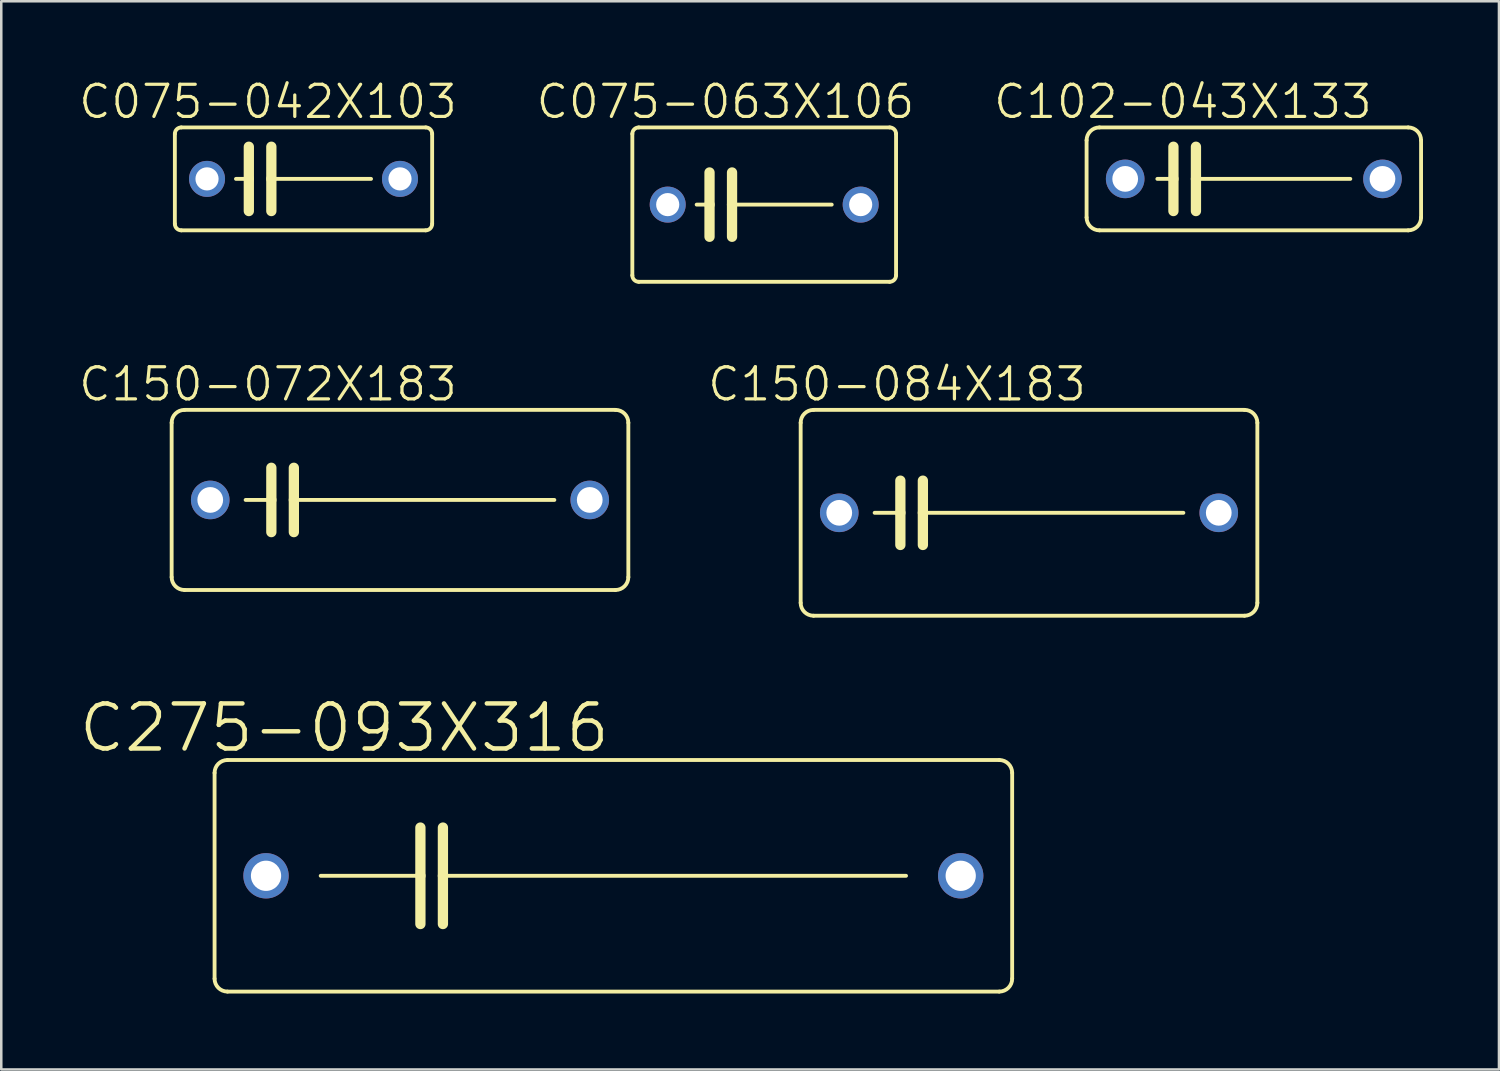
<source format=kicad_pcb>
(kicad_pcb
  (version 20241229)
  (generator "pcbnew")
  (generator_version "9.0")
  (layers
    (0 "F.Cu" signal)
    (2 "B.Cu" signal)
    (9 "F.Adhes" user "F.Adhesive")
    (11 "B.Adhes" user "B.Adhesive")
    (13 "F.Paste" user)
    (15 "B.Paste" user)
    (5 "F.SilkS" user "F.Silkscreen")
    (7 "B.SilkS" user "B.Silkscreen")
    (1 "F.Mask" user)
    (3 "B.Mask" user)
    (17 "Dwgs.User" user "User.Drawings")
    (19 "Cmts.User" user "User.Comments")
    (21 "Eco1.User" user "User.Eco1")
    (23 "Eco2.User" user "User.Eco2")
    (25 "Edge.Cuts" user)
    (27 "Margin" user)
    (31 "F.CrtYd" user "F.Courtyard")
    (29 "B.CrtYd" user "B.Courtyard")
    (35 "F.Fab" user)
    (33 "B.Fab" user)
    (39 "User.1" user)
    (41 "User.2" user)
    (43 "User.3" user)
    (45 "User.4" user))
  (footprint "C275-093X316"
    (layer "F.Cu")
    (at 21.171 31.534)
    (property "Reference" "C275-093X316" (at -10.626 -5.842 0) (layer "F.SilkS") (effects (font (size 1.778 1.778) (thickness 0.178))))
    (attr through_hole)
    (fp_line (start -15.748 4.064) (end -15.748 -4.064) (stroke (width 0.152) (type solid)) (layer "F.SilkS"))
    (fp_line (start -15.24 -4.572) (end 15.24 -4.572) (stroke (width 0.152) (type solid)) (layer "F.SilkS"))
    (fp_line (start -11.557 0) (end -7.62 0) (stroke (width 0.152) (type solid)) (layer "F.SilkS"))
    (fp_line (start -7.62 -1.905) (end -7.62 0) (stroke (width 0.406) (type solid)) (layer "F.SilkS"))
    (fp_line (start -7.62 0) (end -7.62 1.905) (stroke (width 0.406) (type solid)) (layer "F.SilkS"))
    (fp_line (start -6.731 -1.905) (end -6.731 0) (stroke (width 0.406) (type solid)) (layer "F.SilkS"))
    (fp_line (start -6.731 0) (end -6.731 1.905) (stroke (width 0.406) (type solid)) (layer "F.SilkS"))
    (fp_line (start -6.731 0) (end 11.557 0) (stroke (width 0.152) (type solid)) (layer "F.SilkS"))
    (fp_line (start 15.24 4.572) (end -15.24 4.572) (stroke (width 0.152) (type solid)) (layer "F.SilkS"))
    (fp_line (start 15.748 -4.064) (end 15.748 4.064) (stroke (width 0.152) (type solid)) (layer "F.SilkS"))
    (fp_arc (start -15.748 -4.064) (mid -15.59921 -4.42321) (end -15.24 -4.572) (stroke (width 0.1524) (type solid)) (layer "F.SilkS"))
    (fp_arc (start -15.24 4.572) (mid -15.59921 4.42321) (end -15.748 4.064) (stroke (width 0.1524) (type solid)) (layer "F.SilkS"))
    (fp_arc (start 15.24 -4.572) (mid 15.59921 -4.42321) (end 15.748 -4.064) (stroke (width 0.1524) (type solid)) (layer "F.SilkS"))
    (fp_arc (start 15.748 4.064) (mid 15.59921 4.42321) (end 15.24 4.572) (stroke (width 0.1524) (type solid)) (layer "F.SilkS"))
    (pad "1" thru_hole circle (at -13.716 0) (size 1.791 1.791) (drill 1.194) (layers "*.Cu" "*.Mask"))
    (pad "2" thru_hole circle (at 13.716 0) (size 1.791 1.791) (drill 1.194) (layers "*.Cu" "*.Mask")))
  (footprint "C075-042X103"
    (layer "F.Cu")
    (at 8.935 4.014)
    (property "Reference" "C075-042X103" (at -1.403 -3.048 0) (layer "F.SilkS") (effects (font (size 1.27 1.27) (thickness 0.127))))
    (attr through_hole)
    (fp_line (start -5.08 -1.778) (end -5.08 1.778) (stroke (width 0.152) (type solid)) (layer "F.SilkS"))
    (fp_line (start -4.826 2.032) (end 4.826 2.032) (stroke (width 0.152) (type solid)) (layer "F.SilkS"))
    (fp_line (start -2.667 0) (end -2.159 0) (stroke (width 0.152) (type solid)) (layer "F.SilkS"))
    (fp_line (start -2.159 -1.27) (end -2.159 0) (stroke (width 0.406) (type solid)) (layer "F.SilkS"))
    (fp_line (start -2.159 0) (end -2.159 1.27) (stroke (width 0.406) (type solid)) (layer "F.SilkS"))
    (fp_line (start -1.27 -1.27) (end -1.27 0) (stroke (width 0.406) (type solid)) (layer "F.SilkS"))
    (fp_line (start -1.27 0) (end -1.27 1.27) (stroke (width 0.406) (type solid)) (layer "F.SilkS"))
    (fp_line (start -1.27 0) (end 2.667 0) (stroke (width 0.152) (type solid)) (layer "F.SilkS"))
    (fp_line (start 4.826 -2.032) (end -4.826 -2.032) (stroke (width 0.152) (type solid)) (layer "F.SilkS"))
    (fp_line (start 5.08 1.778) (end 5.08 -1.778) (stroke (width 0.152) (type solid)) (layer "F.SilkS"))
    (fp_arc (start -5.08 -1.778) (mid -5.005605 -1.957605) (end -4.826 -2.032) (stroke (width 0.1524) (type solid)) (layer "F.SilkS"))
    (fp_arc (start -4.826 2.032) (mid -5.005605 1.957605) (end -5.08 1.778) (stroke (width 0.1524) (type solid)) (layer "F.SilkS"))
    (fp_arc (start 4.826 -2.032) (mid 5.005605 -1.957605) (end 5.08 -1.778) (stroke (width 0.1524) (type solid)) (layer "F.SilkS"))
    (fp_arc (start 5.08 1.778) (mid 5.005605 1.957605) (end 4.826 2.032) (stroke (width 0.1524) (type solid)) (layer "F.SilkS"))
    (pad "1" thru_hole circle (at -3.81 0) (size 1.422 1.422) (drill 0.914) (layers "*.Cu" "*.Mask"))
    (pad "2" thru_hole circle (at 3.81 0) (size 1.422 1.422) (drill 0.914) (layers "*.Cu" "*.Mask")))
  (footprint "C075-063X106"
    (layer "F.Cu")
    (at 27.127 5.03)
    (property "Reference" "C075-063X106" (at -1.53 -4.064 0) (layer "F.SilkS") (effects (font (size 1.27 1.27) (thickness 0.127))))
    (attr through_hole)
    (fp_line (start -5.207 -2.794) (end -5.207 2.794) (stroke (width 0.152) (type solid)) (layer "F.SilkS"))
    (fp_line (start -4.953 3.048) (end 4.953 3.048) (stroke (width 0.152) (type solid)) (layer "F.SilkS"))
    (fp_line (start -2.667 0) (end -2.159 0) (stroke (width 0.152) (type solid)) (layer "F.SilkS"))
    (fp_line (start -2.159 -1.27) (end -2.159 0) (stroke (width 0.406) (type solid)) (layer "F.SilkS"))
    (fp_line (start -2.159 0) (end -2.159 1.27) (stroke (width 0.406) (type solid)) (layer "F.SilkS"))
    (fp_line (start -1.27 -1.27) (end -1.27 0) (stroke (width 0.406) (type solid)) (layer "F.SilkS"))
    (fp_line (start -1.27 0) (end -1.27 1.27) (stroke (width 0.406) (type solid)) (layer "F.SilkS"))
    (fp_line (start -1.27 0) (end 2.667 0) (stroke (width 0.152) (type solid)) (layer "F.SilkS"))
    (fp_line (start 4.953 -3.048) (end -4.953 -3.048) (stroke (width 0.152) (type solid)) (layer "F.SilkS"))
    (fp_line (start 5.207 2.794) (end 5.207 -2.794) (stroke (width 0.152) (type solid)) (layer "F.SilkS"))
    (fp_arc (start -5.207 -2.794) (mid -5.132605 -2.973605) (end -4.953 -3.048) (stroke (width 0.1524) (type solid)) (layer "F.SilkS"))
    (fp_arc (start -4.953 3.048) (mid -5.132605 2.973605) (end -5.207 2.794) (stroke (width 0.1524) (type solid)) (layer "F.SilkS"))
    (fp_arc (start 4.953 -3.048) (mid 5.132605 -2.973605) (end 5.207 -2.794) (stroke (width 0.1524) (type solid)) (layer "F.SilkS"))
    (fp_arc (start 5.207 2.794) (mid 5.132605 2.973605) (end 4.953 3.048) (stroke (width 0.1524) (type solid)) (layer "F.SilkS"))
    (pad "1" thru_hole circle (at -3.81 0) (size 1.422 1.422) (drill 0.914) (layers "*.Cu" "*.Mask"))
    (pad "2" thru_hole circle (at 3.81 0) (size 1.422 1.422) (drill 0.914) (layers "*.Cu" "*.Mask")))
  (footprint "C150-072X183"
    (layer "F.Cu")
    (at 12.745 16.692)
    (property "Reference" "C150-072X183" (at -5.213 -4.572 0) (layer "F.SilkS") (effects (font (size 1.27 1.27) (thickness 0.127))))
    (attr through_hole)
    (fp_line (start -9.017 3.048) (end -9.017 -3.048) (stroke (width 0.152) (type solid)) (layer "F.SilkS"))
    (fp_line (start -8.509 -3.556) (end 8.509 -3.556) (stroke (width 0.152) (type solid)) (layer "F.SilkS"))
    (fp_line (start -5.08 -1.27) (end -5.08 0) (stroke (width 0.406) (type solid)) (layer "F.SilkS"))
    (fp_line (start -5.08 0) (end -6.096 0) (stroke (width 0.152) (type solid)) (layer "F.SilkS"))
    (fp_line (start -5.08 0) (end -5.08 1.27) (stroke (width 0.406) (type solid)) (layer "F.SilkS"))
    (fp_line (start -4.191 -1.27) (end -4.191 0) (stroke (width 0.406) (type solid)) (layer "F.SilkS"))
    (fp_line (start -4.191 0) (end -4.191 1.27) (stroke (width 0.406) (type solid)) (layer "F.SilkS"))
    (fp_line (start -4.191 0) (end 6.096 0) (stroke (width 0.152) (type solid)) (layer "F.SilkS"))
    (fp_line (start 8.509 3.556) (end -8.509 3.556) (stroke (width 0.152) (type solid)) (layer "F.SilkS"))
    (fp_line (start 9.017 -3.048) (end 9.017 3.048) (stroke (width 0.152) (type solid)) (layer "F.SilkS"))
    (fp_arc (start -9.017 -3.048) (mid -8.868211 -3.40721) (end -8.509001 -3.555999) (stroke (width 0.1524) (type solid)) (layer "F.SilkS"))
    (fp_arc (start -8.509001 3.555999) (mid -8.868211 3.40721) (end -9.017 3.048) (stroke (width 0.1524) (type solid)) (layer "F.SilkS"))
    (fp_arc (start 8.509 -3.556) (mid 8.868211 -3.407211) (end 9.017001 -3.048001) (stroke (width 0.1524) (type solid)) (layer "F.SilkS"))
    (fp_arc (start 9.017001 3.048001) (mid 8.868211 3.407211) (end 8.509 3.556) (stroke (width 0.1524) (type solid)) (layer "F.SilkS"))
    (pad "1" thru_hole circle (at -7.493 0) (size 1.524 1.524) (drill 1.016) (layers "*.Cu" "*.Mask"))
    (pad "2" thru_hole circle (at 7.493 0) (size 1.524 1.524) (drill 1.016) (layers "*.Cu" "*.Mask")))
  (footprint "C102-043X133"
    (layer "F.Cu")
    (at 46.462 4.014)
    (property "Reference" "C102-043X133" (at -2.8 -3.048 0) (layer "F.SilkS") (effects (font (size 1.27 1.27) (thickness 0.127))))
    (attr through_hole)
    (fp_line (start -6.604 1.524) (end -6.604 -1.524) (stroke (width 0.152) (type solid)) (layer "F.SilkS"))
    (fp_line (start -6.096 -2.032) (end 6.096 -2.032) (stroke (width 0.152) (type solid)) (layer "F.SilkS"))
    (fp_line (start -3.81 0) (end -3.175 0) (stroke (width 0.152) (type solid)) (layer "F.SilkS"))
    (fp_line (start -3.175 -1.27) (end -3.175 0) (stroke (width 0.406) (type solid)) (layer "F.SilkS"))
    (fp_line (start -3.175 0) (end -3.175 1.27) (stroke (width 0.406) (type solid)) (layer "F.SilkS"))
    (fp_line (start -2.286 -1.27) (end -2.286 0) (stroke (width 0.406) (type solid)) (layer "F.SilkS"))
    (fp_line (start -2.286 0) (end -2.286 1.27) (stroke (width 0.406) (type solid)) (layer "F.SilkS"))
    (fp_line (start 3.81 0) (end -2.286 0) (stroke (width 0.152) (type solid)) (layer "F.SilkS"))
    (fp_line (start 6.096 2.032) (end -6.096 2.032) (stroke (width 0.152) (type solid)) (layer "F.SilkS"))
    (fp_line (start 6.604 -1.524) (end 6.604 1.524) (stroke (width 0.152) (type solid)) (layer "F.SilkS"))
    (fp_arc (start -6.604 -1.524) (mid -6.45521 -1.88321) (end -6.096 -2.032) (stroke (width 0.1524) (type solid)) (layer "F.SilkS"))
    (fp_arc (start -6.096 2.032) (mid -6.45521 1.88321) (end -6.604 1.524) (stroke (width 0.1524) (type solid)) (layer "F.SilkS"))
    (fp_arc (start 6.096 -2.032) (mid 6.45521 -1.88321) (end 6.604 -1.524) (stroke (width 0.1524) (type solid)) (layer "F.SilkS"))
    (fp_arc (start 6.604 1.524) (mid 6.45521 1.88321) (end 6.096 2.032) (stroke (width 0.1524) (type solid)) (layer "F.SilkS"))
    (pad "1" thru_hole circle (at -5.08 0) (size 1.524 1.524) (drill 1.016) (layers "*.Cu" "*.Mask"))
    (pad "2" thru_hole circle (at 5.08 0) (size 1.524 1.524) (drill 1.016) (layers "*.Cu" "*.Mask")))
  (footprint "C150-084X183"
    (layer "F.Cu")
    (at 37.584 17.2)
    (property "Reference" "C150-084X183" (at -5.213 -5.08 0) (layer "F.SilkS") (effects (font (size 1.27 1.27) (thickness 0.127))))
    (attr through_hole)
    (fp_line (start -9.017 3.556) (end -9.017 -3.556) (stroke (width 0.152) (type solid)) (layer "F.SilkS"))
    (fp_line (start -8.509 -4.064) (end 8.509 -4.064) (stroke (width 0.152) (type solid)) (layer "F.SilkS"))
    (fp_line (start -5.08 -1.27) (end -5.08 0) (stroke (width 0.406) (type solid)) (layer "F.SilkS"))
    (fp_line (start -5.08 0) (end -6.096 0) (stroke (width 0.152) (type solid)) (layer "F.SilkS"))
    (fp_line (start -5.08 0) (end -5.08 1.27) (stroke (width 0.406) (type solid)) (layer "F.SilkS"))
    (fp_line (start -4.191 -1.27) (end -4.191 0) (stroke (width 0.406) (type solid)) (layer "F.SilkS"))
    (fp_line (start -4.191 0) (end -4.191 1.27) (stroke (width 0.406) (type solid)) (layer "F.SilkS"))
    (fp_line (start -4.191 0) (end 6.096 0) (stroke (width 0.152) (type solid)) (layer "F.SilkS"))
    (fp_line (start 8.509 4.064) (end -8.509 4.064) (stroke (width 0.152) (type solid)) (layer "F.SilkS"))
    (fp_line (start 9.017 -3.556) (end 9.017 3.556) (stroke (width 0.152) (type solid)) (layer "F.SilkS"))
    (fp_arc (start -9.017 -3.556) (mid -8.868211 -3.91521) (end -8.509001 -4.063999) (stroke (width 0.1524) (type solid)) (layer "F.SilkS"))
    (fp_arc (start -8.509001 4.063999) (mid -8.868211 3.91521) (end -9.017 3.556) (stroke (width 0.1524) (type solid)) (layer "F.SilkS"))
    (fp_arc (start 8.509 -4.064) (mid 8.868211 -3.915211) (end 9.017001 -3.556001) (stroke (width 0.1524) (type solid)) (layer "F.SilkS"))
    (fp_arc (start 9.017001 3.556001) (mid 8.868211 3.915211) (end 8.509 4.064) (stroke (width 0.1524) (type solid)) (layer "F.SilkS"))
    (pad "1" thru_hole circle (at -7.493 0) (size 1.524 1.524) (drill 1.016) (layers "*.Cu" "*.Mask"))
    (pad "2" thru_hole circle (at 7.493 0) (size 1.524 1.524) (drill 1.016) (layers "*.Cu" "*.Mask")))
  (gr_rect
    (start -3 -3)
    (end 56.142 39.182)
    (stroke (width 0.1) (type default))
    (fill no)
    (layer "Edge.Cuts")))
</source>
